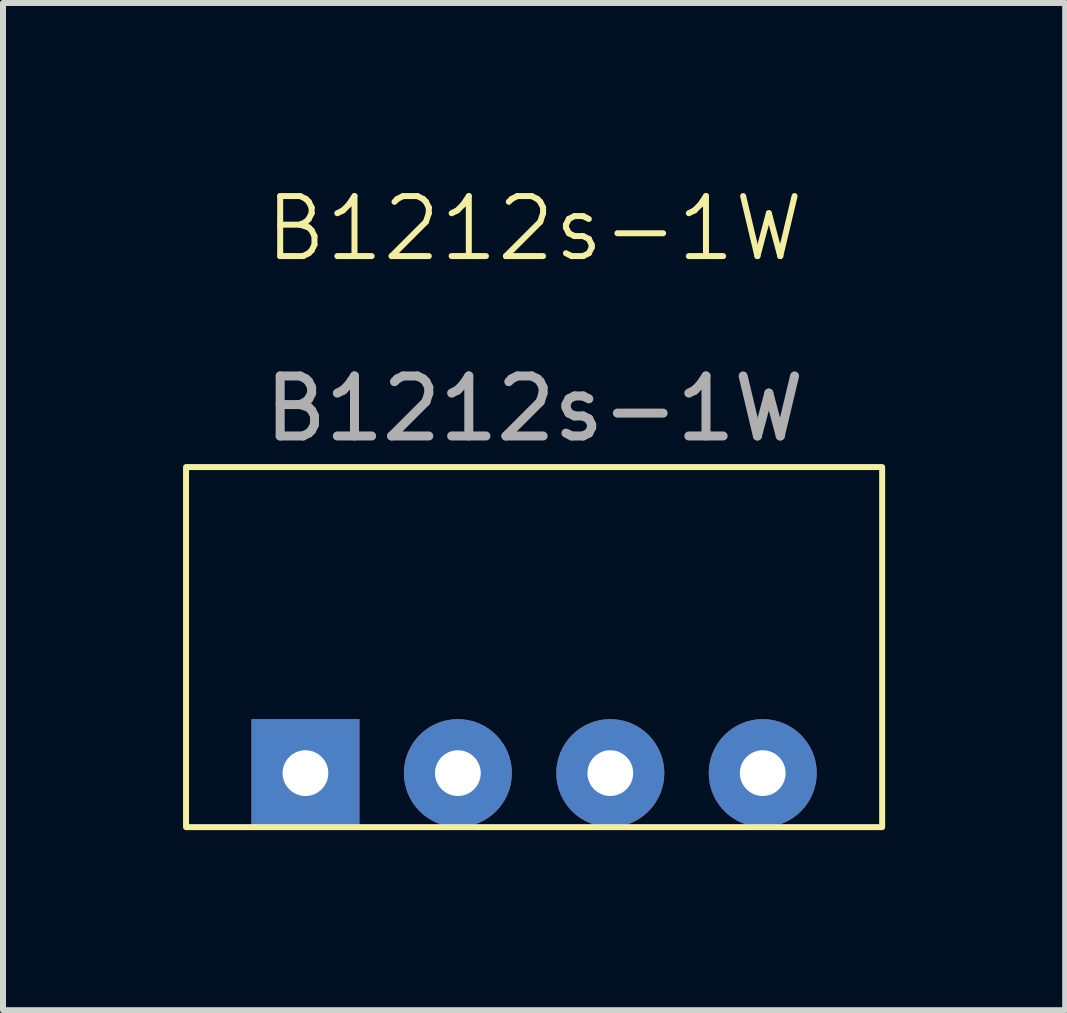
<source format=kicad_pcb>
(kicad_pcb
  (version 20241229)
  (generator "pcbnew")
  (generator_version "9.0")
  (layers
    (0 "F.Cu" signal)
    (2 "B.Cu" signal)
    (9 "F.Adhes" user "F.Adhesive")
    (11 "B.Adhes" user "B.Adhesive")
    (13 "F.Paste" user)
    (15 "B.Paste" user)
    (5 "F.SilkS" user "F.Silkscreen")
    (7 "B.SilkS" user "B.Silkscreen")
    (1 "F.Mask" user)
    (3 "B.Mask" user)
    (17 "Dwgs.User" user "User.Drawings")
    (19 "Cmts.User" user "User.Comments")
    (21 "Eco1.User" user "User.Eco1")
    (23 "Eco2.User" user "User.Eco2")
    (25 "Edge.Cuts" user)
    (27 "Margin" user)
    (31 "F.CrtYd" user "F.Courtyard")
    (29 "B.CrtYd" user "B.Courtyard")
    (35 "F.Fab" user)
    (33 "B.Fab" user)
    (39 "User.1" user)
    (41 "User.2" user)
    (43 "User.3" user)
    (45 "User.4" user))
  (footprint "B1212s-1W"
    (layer "F.Cu")
    (at 5.85 7.733)
    (property "Reference" "B1212s-1W" (at 0.007 -6.973 0) (unlocked yes) (layer "F.SilkS") (effects (font (size 1 1) (thickness 0.1))))
    (attr through_hole)
    (fp_rect (start -5.8 -3) (end 5.8 3) (stroke (width 0.1) (type default)) (fill no) (layer "F.SilkS"))
    (fp_text user "${REFERENCE}" (at 0.007 -3.973 0) (unlocked yes) (layer "F.Fab") (effects (font (size 1 1) (thickness 0.15))))
    (pad "1" thru_hole rect (at -3.81 2.1) (size 1.8 1.8) (drill 0.762) (layers "*.Cu" "*.Mask"))
    (pad "2" thru_hole circle (at -1.27 2.1) (size 1.8 1.8) (drill 0.762) (layers "*.Cu" "*.Mask"))
    (pad "3" thru_hole circle (at 1.27 2.1) (size 1.8 1.8) (drill 0.762) (layers "*.Cu" "*.Mask"))
    (pad "4" thru_hole circle (at 3.81 2.1) (size 1.8 1.8) (drill 0.762) (layers "*.Cu" "*.Mask")))
  (gr_rect
    (start -3 -3)
    (end 14.7 13.783)
    (stroke (width 0.1) (type default))
    (fill no)
    (layer "Edge.Cuts")))
</source>
